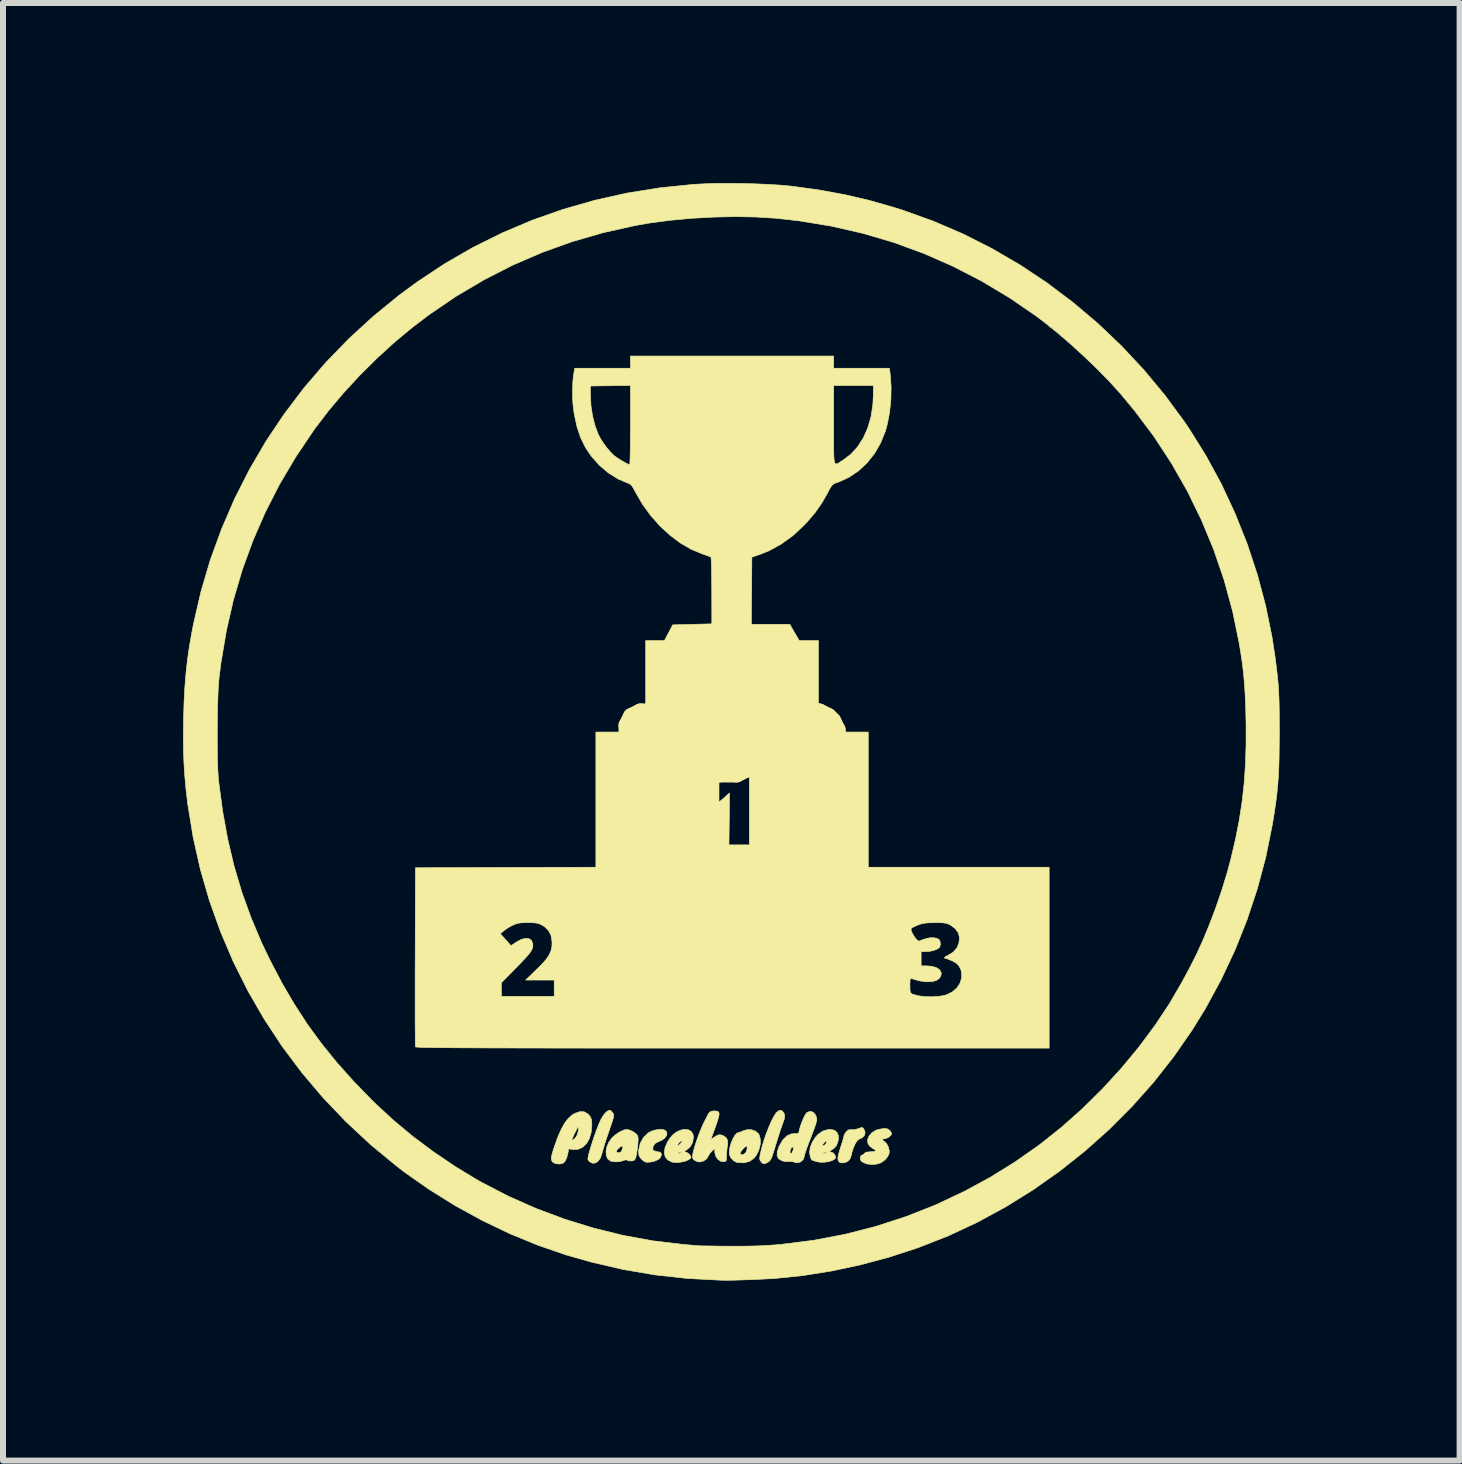
<source format=kicad_pcb>
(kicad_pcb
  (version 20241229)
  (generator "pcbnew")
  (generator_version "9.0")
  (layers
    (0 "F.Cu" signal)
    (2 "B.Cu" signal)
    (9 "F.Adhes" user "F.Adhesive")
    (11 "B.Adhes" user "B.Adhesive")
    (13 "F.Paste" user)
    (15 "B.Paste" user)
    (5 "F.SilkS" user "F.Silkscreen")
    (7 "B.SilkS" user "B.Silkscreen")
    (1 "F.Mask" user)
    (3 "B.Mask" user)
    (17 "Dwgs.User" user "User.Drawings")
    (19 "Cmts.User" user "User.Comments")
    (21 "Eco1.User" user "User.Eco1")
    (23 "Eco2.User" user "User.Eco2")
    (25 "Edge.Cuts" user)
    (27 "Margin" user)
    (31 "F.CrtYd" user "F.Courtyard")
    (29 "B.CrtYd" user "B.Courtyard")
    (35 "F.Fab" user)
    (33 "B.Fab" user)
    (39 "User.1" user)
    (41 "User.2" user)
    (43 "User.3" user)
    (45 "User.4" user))
  (footprint "epp"
    (layer "F.Cu")
    (at 9.147 9.147)
    (property "Reference" "epp" (at 0 0 0) (layer "F.SilkS") (effects (font (size 1.524 1.524) (thickness 0.3))))
    (attr through_hole)
    (fp_poly (pts (xy -2.021 6.306) (xy -1.997 6.333) (xy -1.984 6.35) (xy -1.975 6.367) (xy -1.972 6.387) (xy -1.976 6.417) (xy -1.987 6.46) (xy -2.007 6.521) (xy -2.036 6.606) (xy -2.064 6.689) (xy -2.096 6.782) (xy -2.125 6.872) (xy -2.148 6.949) (xy -2.164 7.006) (xy -2.168 7.021) (xy -2.193 7.096) (xy -2.232 7.15) (xy -2.278 7.18) (xy -2.328 7.183) (xy -2.369 7.161) (xy -2.393 7.139) (xy -2.402 7.118) (xy -2.399 7.085) (xy -2.389 7.039) (xy -2.364 6.949) (xy -2.332 6.845) (xy -2.296 6.736) (xy -2.258 6.631) (xy -2.222 6.538) (xy -2.19 6.465) (xy -2.179 6.444) (xy -2.142 6.384) (xy -2.103 6.337) (xy -2.078 6.317) (xy -2.043 6.301) (xy -2.021 6.306)) (stroke (width 0.01) (type solid)) (fill yes) (layer "F.SilkS"))
    (fp_poly (pts (xy -1.148 6.623) (xy -1.109 6.638) (xy -1.085 6.676) (xy -1.089 6.719) (xy -1.119 6.762) (xy -1.17 6.801) (xy -1.224 6.823) (xy -1.284 6.855) (xy -1.315 6.903) (xy -1.321 6.941) (xy -1.316 6.964) (xy -1.296 6.978) (xy -1.255 6.99) (xy -1.211 6.997) (xy -1.183 7.014) (xy -1.177 7.047) (xy -1.192 7.085) (xy -1.222 7.116) (xy -1.28 7.146) (xy -1.354 7.164) (xy -1.424 7.168) (xy -1.435 7.166) (xy -1.469 7.15) (xy -1.508 7.117) (xy -1.517 7.107) (xy -1.543 7.072) (xy -1.555 7.037) (xy -1.556 6.989) (xy -1.554 6.958) (xy -1.53 6.85) (xy -1.475 6.755) (xy -1.396 6.678) (xy -1.343 6.65) (xy -1.277 6.63) (xy -1.208 6.62) (xy -1.148 6.623)) (stroke (width 0.01) (type solid)) (fill yes) (layer "F.SilkS"))
    (fp_poly (pts (xy 0.829 6.306) (xy 0.86 6.342) (xy 0.865 6.353) (xy 0.875 6.383) (xy 0.876 6.413) (xy 0.868 6.453) (xy 0.848 6.511) (xy 0.839 6.535) (xy 0.816 6.6) (xy 0.787 6.688) (xy 0.756 6.786) (xy 0.725 6.885) (xy 0.721 6.9) (xy 0.692 6.994) (xy 0.67 7.061) (xy 0.651 7.107) (xy 0.633 7.137) (xy 0.615 7.156) (xy 0.6 7.166) (xy 0.554 7.19) (xy 0.524 7.193) (xy 0.496 7.173) (xy 0.484 7.159) (xy 0.467 7.136) (xy 0.46 7.11) (xy 0.463 7.071) (xy 0.473 7.02) (xy 0.498 6.915) (xy 0.531 6.802) (xy 0.571 6.687) (xy 0.614 6.578) (xy 0.657 6.479) (xy 0.699 6.399) (xy 0.736 6.343) (xy 0.746 6.333) (xy 0.79 6.303) (xy 0.829 6.306)) (stroke (width 0.01) (type solid)) (fill yes) (layer "F.SilkS"))
    (fp_poly (pts (xy 2.189 6.604) (xy 2.195 6.612) (xy 2.217 6.666) (xy 2.208 6.716) (xy 2.17 6.758) (xy 2.119 6.781) (xy 2.087 6.806) (xy 2.054 6.855) (xy 2.023 6.922) (xy 1.999 6.996) (xy 1.99 7.04) (xy 1.965 7.111) (xy 1.935 7.146) (xy 1.884 7.172) (xy 1.831 7.179) (xy 1.787 7.165) (xy 1.781 7.159) (xy 1.767 7.135) (xy 1.763 7.1) (xy 1.771 7.048) (xy 1.791 6.974) (xy 1.812 6.909) (xy 1.834 6.84) (xy 1.851 6.782) (xy 1.861 6.743) (xy 1.863 6.733) (xy 1.872 6.705) (xy 1.896 6.667) (xy 1.899 6.664) (xy 1.933 6.631) (xy 1.971 6.624) (xy 1.987 6.625) (xy 2.036 6.624) (xy 2.093 6.611) (xy 2.105 6.607) (xy 2.148 6.591) (xy 2.172 6.59) (xy 2.189 6.604)) (stroke (width 0.01) (type solid)) (fill yes) (layer "F.SilkS"))
    (fp_poly (pts (xy 0.323 6.626) (xy 0.389 6.649) (xy 0.439 6.69) (xy 0.449 6.707) (xy 0.471 6.782) (xy 0.47 6.871) (xy 0.447 6.962) (xy 0.406 7.047) (xy 0.365 7.1) (xy 0.29 7.153) (xy 0.2 7.177) (xy 0.098 7.172) (xy 0.076 7.168) (xy 0.023 7.14) (xy -0.021 7.091) (xy -0.043 7.042) (xy -0.044 7.018) (xy 0.135 7.018) (xy 0.147 7.04) (xy 0.174 7.043) (xy 0.207 7.027) (xy 0.23 7.003) (xy 0.248 6.959) (xy 0.251 6.922) (xy 0.246 6.9) (xy 0.236 6.896) (xy 0.214 6.914) (xy 0.19 6.937) (xy 0.157 6.975) (xy 0.138 7.008) (xy 0.135 7.018) (xy -0.044 7.018) (xy -0.046 6.985) (xy -0.035 6.916) (xy -0.014 6.843) (xy 0.015 6.775) (xy 0.048 6.718) (xy 0.082 6.682) (xy 0.108 6.672) (xy 0.139 6.664) (xy 0.18 6.646) (xy 0.25 6.625) (xy 0.323 6.626)) (stroke (width 0.01) (type solid)) (fill yes) (layer "F.SilkS"))
    (fp_poly (pts (xy -1.705 6.632) (xy -1.648 6.659) (xy -1.599 6.694) (xy -1.581 6.715) (xy -1.57 6.738) (xy -1.565 6.769) (xy -1.566 6.816) (xy -1.572 6.886) (xy -1.575 6.911) (xy -1.587 7.005) (xy -1.599 7.07) (xy -1.613 7.111) (xy -1.631 7.134) (xy -1.656 7.144) (xy -1.684 7.146) (xy -1.726 7.142) (xy -1.751 7.132) (xy -1.752 7.13) (xy -1.772 7.126) (xy -1.808 7.138) (xy -1.867 7.156) (xy -1.939 7.161) (xy -2.007 7.152) (xy -2.027 7.146) (xy -2.071 7.111) (xy -2.095 7.057) (xy -2.1 6.988) (xy -2.1 6.987) (xy -1.928 6.987) (xy -1.915 7.006) (xy -1.891 7.01) (xy -1.857 7.001) (xy -1.835 6.968) (xy -1.83 6.957) (xy -1.819 6.912) (xy -1.826 6.895) (xy -1.853 6.905) (xy -1.876 6.92) (xy -1.914 6.957) (xy -1.928 6.987) (xy -2.1 6.987) (xy -2.086 6.912) (xy -2.054 6.836) (xy -2.004 6.765) (xy -1.994 6.754) (xy -1.934 6.703) (xy -1.866 6.659) (xy -1.801 6.63) (xy -1.755 6.621) (xy -1.705 6.632)) (stroke (width 0.01) (type solid)) (fill yes) (layer "F.SilkS"))
    (fp_poly (pts (xy 2.589 6.611) (xy 2.631 6.64) (xy 2.632 6.642) (xy 2.652 6.674) (xy 2.659 6.692) (xy 2.645 6.72) (xy 2.611 6.749) (xy 2.571 6.769) (xy 2.548 6.773) (xy 2.514 6.781) (xy 2.509 6.799) (xy 2.537 6.823) (xy 2.538 6.823) (xy 2.575 6.858) (xy 2.604 6.914) (xy 2.619 6.976) (xy 2.618 7.018) (xy 2.593 7.074) (xy 2.546 7.129) (xy 2.486 7.173) (xy 2.481 7.176) (xy 2.412 7.198) (xy 2.329 7.205) (xy 2.251 7.196) (xy 2.228 7.189) (xy 2.183 7.169) (xy 2.153 7.148) (xy 2.148 7.143) (xy 2.134 7.101) (xy 2.144 7.065) (xy 2.166 7.049) (xy 2.198 7.031) (xy 2.208 7.017) (xy 2.232 7) (xy 2.287 6.994) (xy 2.301 6.993) (xy 2.362 6.99) (xy 2.39 6.979) (xy 2.386 6.962) (xy 2.348 6.939) (xy 2.344 6.937) (xy 2.289 6.896) (xy 2.261 6.844) (xy 2.26 6.786) (xy 2.283 6.729) (xy 2.328 6.677) (xy 2.394 6.636) (xy 2.435 6.622) (xy 2.524 6.605) (xy 2.589 6.611)) (stroke (width 0.01) (type solid)) (fill yes) (layer "F.SilkS"))
    (fp_poly (pts (xy -2.464 6.327) (xy -2.403 6.362) (xy -2.38 6.386) (xy -2.356 6.42) (xy -2.343 6.456) (xy -2.337 6.507) (xy -2.337 6.551) (xy -2.348 6.672) (xy -2.379 6.776) (xy -2.427 6.859) (xy -2.491 6.918) (xy -2.567 6.951) (xy -2.652 6.954) (xy -2.723 6.944) (xy -2.735 7.015) (xy -2.755 7.093) (xy -2.783 7.152) (xy -2.816 7.184) (xy -2.82 7.186) (xy -2.876 7.197) (xy -2.934 7.192) (xy -2.979 7.172) (xy -2.986 7.166) (xy -3.003 7.143) (xy -3.011 7.116) (xy -3.009 7.079) (xy -2.997 7.026) (xy -2.975 6.951) (xy -2.956 6.896) (xy -2.918 6.789) (xy -2.668 6.789) (xy -2.666 6.801) (xy -2.648 6.793) (xy -2.641 6.79) (xy -2.61 6.761) (xy -2.583 6.718) (xy -2.581 6.713) (xy -2.565 6.66) (xy -2.558 6.611) (xy -2.558 6.609) (xy -2.559 6.582) (xy -2.565 6.579) (xy -2.58 6.603) (xy -2.594 6.629) (xy -2.623 6.686) (xy -2.649 6.742) (xy -2.653 6.753) (xy -2.668 6.789) (xy -2.918 6.789) (xy -2.899 6.738) (xy -2.843 6.612) (xy -2.787 6.512) (xy -2.728 6.436) (xy -2.664 6.38) (xy -2.617 6.352) (xy -2.535 6.324) (xy -2.464 6.327)) (stroke (width 0.01) (type solid)) (fill yes) (layer "F.SilkS"))
    (fp_poly (pts (xy -0.727 6.627) (xy -0.68 6.654) (xy -0.651 6.702) (xy -0.643 6.752) (xy -0.657 6.835) (xy -0.695 6.907) (xy -0.752 6.958) (xy -0.762 6.964) (xy -0.796 6.983) (xy -0.8 6.992) (xy -0.786 6.993) (xy -0.753 7.004) (xy -0.718 7.03) (xy -0.692 7.061) (xy -0.683 7.088) (xy -0.685 7.094) (xy -0.72 7.123) (xy -0.777 7.148) (xy -0.848 7.165) (xy -0.921 7.172) (xy -0.987 7.167) (xy -1.005 7.163) (xy -1.074 7.127) (xy -1.115 7.074) (xy -1.125 7.023) (xy -0.911 7.023) (xy -0.898 7.025) (xy -0.867 7.015) (xy -0.855 7.01) (xy -0.836 6.999) (xy -0.847 6.995) (xy -0.883 7.003) (xy -0.897 7.01) (xy -0.911 7.023) (xy -1.125 7.023) (xy -1.129 7.004) (xy -1.116 6.921) (xy -1.1 6.885) (xy -0.911 6.885) (xy -0.906 6.891) (xy -0.899 6.889) (xy -0.872 6.87) (xy -0.848 6.842) (xy -0.833 6.814) (xy -0.838 6.808) (xy -0.846 6.81) (xy -0.872 6.829) (xy -0.896 6.857) (xy -0.911 6.885) (xy -1.1 6.885) (xy -1.075 6.828) (xy -1.045 6.78) (xy -0.988 6.711) (xy -0.922 6.662) (xy -0.853 6.631) (xy -0.786 6.619) (xy -0.727 6.627)) (stroke (width 0.01) (type solid)) (fill yes) (layer "F.SilkS"))
    (fp_poly (pts (xy -0.259 6.315) (xy -0.254 6.316) (xy -0.231 6.325) (xy -0.218 6.343) (xy -0.216 6.373) (xy -0.226 6.421) (xy -0.247 6.49) (xy -0.28 6.585) (xy -0.285 6.599) (xy -0.354 6.788) (xy -0.293 6.747) (xy -0.242 6.717) (xy -0.203 6.708) (xy -0.161 6.719) (xy -0.136 6.731) (xy -0.093 6.764) (xy -0.073 6.81) (xy -0.075 6.877) (xy -0.078 6.897) (xy -0.086 6.957) (xy -0.091 7.029) (xy -0.092 7.061) (xy -0.094 7.115) (xy -0.1 7.143) (xy -0.116 7.155) (xy -0.14 7.16) (xy -0.192 7.15) (xy -0.239 7.115) (xy -0.274 7.063) (xy -0.288 7.003) (xy -0.288 7) (xy -0.288 6.936) (xy -0.339 6.986) (xy -0.375 7.026) (xy -0.398 7.066) (xy -0.401 7.074) (xy -0.425 7.112) (xy -0.472 7.144) (xy -0.527 7.161) (xy -0.546 7.163) (xy -0.589 7.153) (xy -0.625 7.135) (xy -0.65 7.112) (xy -0.658 7.082) (xy -0.655 7.037) (xy -0.641 6.973) (xy -0.616 6.886) (xy -0.583 6.787) (xy -0.546 6.685) (xy -0.506 6.588) (xy -0.469 6.506) (xy -0.465 6.498) (xy -0.434 6.438) (xy -0.408 6.387) (xy -0.392 6.355) (xy -0.39 6.351) (xy -0.361 6.325) (xy -0.313 6.312) (xy -0.259 6.315)) (stroke (width 0.01) (type solid)) (fill yes) (layer "F.SilkS"))
    (fp_poly (pts (xy 1.349 6.333) (xy 1.388 6.376) (xy 1.397 6.395) (xy 1.405 6.416) (xy 1.41 6.436) (xy 1.411 6.46) (xy 1.406 6.49) (xy 1.394 6.533) (xy 1.374 6.591) (xy 1.345 6.67) (xy 1.306 6.773) (xy 1.272 6.861) (xy 1.244 6.936) (xy 1.221 7.002) (xy 1.207 7.051) (xy 1.202 7.074) (xy 1.187 7.12) (xy 1.15 7.156) (xy 1.101 7.175) (xy 1.051 7.173) (xy 1.033 7.164) (xy 1 7.155) (xy 0.953 7.156) (xy 0.947 7.156) (xy 0.877 7.155) (xy 0.826 7.14) (xy 0.775 7.108) (xy 0.751 7.061) (xy 0.753 6.998) (xy 0.756 6.987) (xy 0.966 6.987) (xy 0.968 7.016) (xy 0.98 7.027) (xy 0.996 7.013) (xy 1.013 6.978) (xy 1.014 6.974) (xy 1.026 6.928) (xy 1.02 6.911) (xy 0.996 6.922) (xy 0.991 6.925) (xy 0.974 6.952) (xy 0.966 6.987) (xy 0.756 6.987) (xy 0.779 6.915) (xy 0.793 6.885) (xy 0.849 6.791) (xy 0.915 6.727) (xy 0.988 6.695) (xy 1.044 6.691) (xy 1.088 6.692) (xy 1.108 6.681) (xy 1.114 6.663) (xy 1.128 6.603) (xy 1.15 6.533) (xy 1.178 6.462) (xy 1.206 6.4) (xy 1.233 6.355) (xy 1.248 6.338) (xy 1.301 6.319) (xy 1.349 6.333)) (stroke (width 0.01) (type solid)) (fill yes) (layer "F.SilkS"))
    (fp_poly (pts (xy 1.706 6.634) (xy 1.75 6.672) (xy 1.772 6.728) (xy 1.77 6.799) (xy 1.744 6.88) (xy 1.742 6.884) (xy 1.711 6.923) (xy 1.666 6.958) (xy 1.66 6.962) (xy 1.626 6.982) (xy 1.621 6.992) (xy 1.636 6.993) (xy 1.678 7.008) (xy 1.713 7.043) (xy 1.727 7.085) (xy 1.712 7.113) (xy 1.67 7.138) (xy 1.612 7.156) (xy 1.543 7.167) (xy 1.474 7.168) (xy 1.411 7.158) (xy 1.397 7.154) (xy 1.355 7.139) (xy 1.33 7.13) (xy 1.327 7.129) (xy 1.32 7.115) (xy 1.305 7.082) (xy 1.304 7.078) (xy 1.294 7.023) (xy 1.511 7.023) (xy 1.523 7.025) (xy 1.555 7.015) (xy 1.566 7.01) (xy 1.585 6.999) (xy 1.575 6.995) (xy 1.539 7.003) (xy 1.524 7.01) (xy 1.511 7.023) (xy 1.294 7.023) (xy 1.291 7.006) (xy 1.302 6.922) (xy 1.316 6.886) (xy 1.508 6.886) (xy 1.521 6.892) (xy 1.543 6.881) (xy 1.554 6.872) (xy 1.573 6.84) (xy 1.575 6.827) (xy 1.57 6.813) (xy 1.551 6.824) (xy 1.541 6.833) (xy 1.514 6.864) (xy 1.508 6.886) (xy 1.316 6.886) (xy 1.336 6.834) (xy 1.389 6.751) (xy 1.434 6.702) (xy 1.512 6.648) (xy 1.602 6.623) (xy 1.642 6.621) (xy 1.706 6.634)) (stroke (width 0.01) (type solid)) (fill yes) (layer "F.SilkS"))
    (fp_poly (pts (xy 0.176 -9.139) (xy 0.388 -9.134) (xy 0.594 -9.125) (xy 0.783 -9.114) (xy 0.949 -9.099) (xy 0.991 -9.095) (xy 1.438 -9.034) (xy 1.867 -8.956) (xy 2.288 -8.858) (xy 2.714 -8.736) (xy 2.853 -8.692) (xy 3.356 -8.511) (xy 3.849 -8.299) (xy 4.329 -8.056) (xy 4.795 -7.785) (xy 5.245 -7.486) (xy 5.678 -7.16) (xy 6.093 -6.809) (xy 6.488 -6.433) (xy 6.86 -6.035) (xy 7.209 -5.615) (xy 7.533 -5.175) (xy 7.615 -5.055) (xy 7.898 -4.601) (xy 8.154 -4.129) (xy 8.382 -3.639) (xy 8.582 -3.137) (xy 8.752 -2.623) (xy 8.891 -2.101) (xy 8.998 -1.575) (xy 9.049 -1.236) (xy 9.067 -1.098) (xy 9.081 -0.977) (xy 9.093 -0.865) (xy 9.102 -0.758) (xy 9.108 -0.649) (xy 9.113 -0.533) (xy 9.116 -0.404) (xy 9.117 -0.256) (xy 9.118 -0.083) (xy 9.118 0.025) (xy 9.116 0.243) (xy 9.114 0.432) (xy 9.109 0.601) (xy 9.101 0.754) (xy 9.09 0.899) (xy 9.076 1.042) (xy 9.057 1.188) (xy 9.034 1.345) (xy 9.006 1.518) (xy 9.001 1.545) (xy 8.894 2.078) (xy 8.753 2.606) (xy 8.581 3.126) (xy 8.378 3.635) (xy 8.145 4.131) (xy 7.884 4.611) (xy 7.664 4.967) (xy 7.358 5.408) (xy 7.025 5.832) (xy 6.667 6.235) (xy 6.285 6.618) (xy 5.882 6.978) (xy 5.459 7.314) (xy 5.018 7.625) (xy 4.562 7.909) (xy 4.091 8.165) (xy 3.609 8.391) (xy 3.115 8.585) (xy 3.082 8.597) (xy 2.612 8.75) (xy 2.134 8.878) (xy 1.654 8.98) (xy 1.177 9.056) (xy 0.708 9.104) (xy 0.417 9.119) (xy 0.317 9.123) (xy 0.221 9.126) (xy 0.136 9.129) (xy 0.073 9.131) (xy 0.059 9.132) (xy -0.006 9.133) (xy -0.089 9.134) (xy -0.177 9.133) (xy -0.203 9.132) (xy -0.75 9.103) (xy -1.286 9.044) (xy -1.818 8.953) (xy -2.348 8.83) (xy -2.766 8.711) (xy -3.234 8.55) (xy -3.702 8.358) (xy -4.163 8.137) (xy -4.614 7.89) (xy -5.049 7.619) (xy -5.463 7.328) (xy -5.588 7.232) (xy -6.022 6.874) (xy -6.43 6.494) (xy -6.812 6.094) (xy -7.168 5.674) (xy -7.496 5.236) (xy -7.796 4.781) (xy -8.068 4.309) (xy -8.311 3.823) (xy -8.524 3.322) (xy -8.708 2.808) (xy -8.86 2.282) (xy -8.98 1.746) (xy -9.069 1.199) (xy -9.075 1.151) (xy -9.1 0.933) (xy -9.119 0.724) (xy -9.132 0.517) (xy -9.14 0.302) (xy -9.142 0.072) (xy -9.141 -0.031) (xy -8.577 -0.031) (xy -8.577 0.149) (xy -8.576 0.322) (xy -8.573 0.483) (xy -8.568 0.626) (xy -8.561 0.746) (xy -8.554 0.821) (xy -8.489 1.313) (xy -8.404 1.781) (xy -8.298 2.23) (xy -8.169 2.665) (xy -8.015 3.091) (xy -7.837 3.513) (xy -7.695 3.808) (xy -7.498 4.184) (xy -7.292 4.536) (xy -7.074 4.871) (xy -6.839 5.193) (xy -6.584 5.507) (xy -6.306 5.819) (xy -6 6.134) (xy -5.921 6.211) (xy -5.629 6.479) (xy -5.311 6.743) (xy -4.972 6.996) (xy -4.621 7.234) (xy -4.264 7.451) (xy -4.176 7.501) (xy -3.73 7.732) (xy -3.267 7.937) (xy -2.791 8.115) (xy -2.305 8.265) (xy -1.815 8.386) (xy -1.324 8.476) (xy -0.847 8.533) (xy -0.761 8.541) (xy -0.682 8.548) (xy -0.621 8.554) (xy -0.584 8.557) (xy -0.584 8.557) (xy -0.555 8.559) (xy -0.496 8.561) (xy -0.413 8.562) (xy -0.31 8.563) (xy -0.193 8.565) (xy -0.065 8.566) (xy -0.033 8.566) (xy 0.153 8.566) (xy 0.312 8.564) (xy 0.455 8.56) (xy 0.588 8.553) (xy 0.72 8.544) (xy 0.822 8.535) (xy 1.356 8.468) (xy 1.881 8.368) (xy 2.396 8.236) (xy 2.901 8.072) (xy 3.395 7.877) (xy 3.873 7.651) (xy 4.299 7.42) (xy 4.703 7.17) (xy 5.095 6.896) (xy 5.139 6.863) (xy 5.492 6.582) (xy 5.835 6.277) (xy 6.166 5.951) (xy 6.48 5.608) (xy 6.774 5.254) (xy 7.045 4.89) (xy 7.289 4.523) (xy 7.496 4.166) (xy 7.539 4.087) (xy 7.585 4.001) (xy 7.626 3.925) (xy 7.627 3.923) (xy 7.738 3.704) (xy 7.85 3.458) (xy 7.959 3.192) (xy 8.064 2.915) (xy 8.16 2.633) (xy 8.246 2.353) (xy 8.314 2.101) (xy 8.39 1.776) (xy 8.451 1.464) (xy 8.498 1.159) (xy 8.532 0.853) (xy 8.554 0.539) (xy 8.564 0.208) (xy 8.564 -0.147) (xy 8.563 -0.18) (xy 8.558 -0.412) (xy 8.549 -0.618) (xy 8.537 -0.806) (xy 8.521 -0.984) (xy 8.5 -1.159) (xy 8.473 -1.339) (xy 8.449 -1.482) (xy 8.34 -2.012) (xy 8.199 -2.53) (xy 8.026 -3.037) (xy 7.822 -3.53) (xy 7.588 -4.01) (xy 7.324 -4.474) (xy 7.031 -4.922) (xy 6.708 -5.353) (xy 6.471 -5.639) (xy 6.291 -5.837) (xy 6.09 -6.043) (xy 5.874 -6.251) (xy 5.651 -6.455) (xy 5.427 -6.648) (xy 5.21 -6.823) (xy 5.072 -6.928) (xy 4.623 -7.236) (xy 4.16 -7.513) (xy 3.684 -7.759) (xy 3.195 -7.974) (xy 2.693 -8.158) (xy 2.18 -8.309) (xy 1.656 -8.429) (xy 1.121 -8.517) (xy 0.741 -8.56) (xy 0.41 -8.581) (xy 0.057 -8.588) (xy -0.307 -8.58) (xy -0.674 -8.56) (xy -1.036 -8.526) (xy -1.382 -8.48) (xy -1.617 -8.439) (xy -2.149 -8.32) (xy -2.667 -8.17) (xy -3.17 -7.989) (xy -3.66 -7.777) (xy -4.135 -7.534) (xy -4.597 -7.261) (xy -5.044 -6.957) (xy -5.317 -6.75) (xy -5.617 -6.502) (xy -5.914 -6.231) (xy -6.203 -5.944) (xy -6.477 -5.647) (xy -6.73 -5.346) (xy -6.957 -5.048) (xy -6.97 -5.029) (xy -7.272 -4.58) (xy -7.541 -4.125) (xy -7.778 -3.661) (xy -7.984 -3.187) (xy -8.161 -2.702) (xy -8.308 -2.202) (xy -8.426 -1.686) (xy -8.516 -1.152) (xy -8.545 -0.923) (xy -8.554 -0.825) (xy -8.562 -0.699) (xy -8.568 -0.551) (xy -8.573 -0.386) (xy -8.576 -0.211) (xy -8.577 -0.031) (xy -9.141 -0.031) (xy -9.139 -0.183) (xy -9.139 -0.203) (xy -9.131 -0.482) (xy -9.118 -0.735) (xy -9.099 -0.972) (xy -9.074 -1.201) (xy -9.041 -1.431) (xy -8.999 -1.669) (xy -8.974 -1.797) (xy -8.849 -2.338) (xy -8.693 -2.868) (xy -8.505 -3.384) (xy -8.288 -3.886) (xy -8.041 -4.373) (xy -7.766 -4.844) (xy -7.462 -5.298) (xy -7.131 -5.735) (xy -6.773 -6.152) (xy -6.389 -6.549) (xy -5.979 -6.925) (xy -5.544 -7.28) (xy -5.241 -7.503) (xy -4.787 -7.803) (xy -4.317 -8.075) (xy -3.83 -8.316) (xy -3.33 -8.528) (xy -2.815 -8.709) (xy -2.288 -8.86) (xy -1.75 -8.98) (xy -1.201 -9.068) (xy -0.642 -9.125) (xy -0.593 -9.128) (xy -0.429 -9.136) (xy -0.241 -9.141) (xy -0.037 -9.142) (xy 0.176 -9.139)) (stroke (width 0.01) (type solid)) (fill yes) (layer "F.SilkS"))
    (fp_poly (pts (xy 1.693 -6.062) (xy 2.622 -6.062) (xy 2.636 -5.948) (xy 2.65 -5.75) (xy 2.646 -5.541) (xy 2.625 -5.332) (xy 2.588 -5.135) (xy 2.554 -5.012) (xy 2.476 -4.819) (xy 2.374 -4.642) (xy 2.25 -4.486) (xy 2.108 -4.353) (xy 1.95 -4.246) (xy 1.778 -4.167) (xy 1.753 -4.159) (xy 1.713 -4.145) (xy 1.684 -4.128) (xy 1.659 -4.103) (xy 1.633 -4.063) (xy 1.599 -4) (xy 1.592 -3.985) (xy 1.495 -3.815) (xy 1.386 -3.66) (xy 1.258 -3.508) (xy 1.196 -3.442) (xy 1.011 -3.271) (xy 0.814 -3.129) (xy 0.608 -3.017) (xy 0.454 -2.956) (xy 0.33 -2.914) (xy 0.321 -1.795) (xy 0.962 -1.795) (xy 1.04 -1.659) (xy 1.119 -1.524) (xy 1.439 -1.524) (xy 1.439 -0.22) (xy 1.676 -0.22) (xy 1.676 0) (xy 2.269 0) (xy 2.269 2.252) (xy 5.283 2.252) (xy 5.283 5.266) (xy 0.008 5.266) (xy -0.511 5.266) (xy -0.997 5.266) (xy -1.45 5.266) (xy -1.873 5.266) (xy -2.266 5.266) (xy -2.629 5.265) (xy -2.965 5.265) (xy -3.273 5.264) (xy -3.555 5.264) (xy -3.811 5.263) (xy -4.044 5.263) (xy -4.252 5.262) (xy -4.439 5.261) (xy -4.603 5.26) (xy -4.747 5.259) (xy -4.872 5.258) (xy -4.978 5.256) (xy -5.066 5.255) (xy -5.137 5.254) (xy -5.192 5.252) (xy -5.233 5.25) (xy -5.26 5.248) (xy -5.273 5.246) (xy -5.275 5.245) (xy -5.277 5.225) (xy -5.278 5.174) (xy -5.278 5.094) (xy -5.279 4.988) (xy -5.28 4.857) (xy -5.28 4.705) (xy -5.28 4.534) (xy -5.28 4.346) (xy -5.28 4.145) (xy -5.28 3.931) (xy -5.279 3.742) (xy -5.278 3.361) (xy -3.861 3.361) (xy -3.772 3.46) (xy -3.683 3.559) (xy -3.592 3.498) (xy -3.512 3.455) (xy -3.441 3.437) (xy -3.383 3.443) (xy -3.341 3.472) (xy -3.321 3.525) (xy -3.319 3.55) (xy -3.321 3.582) (xy -3.33 3.613) (xy -3.349 3.648) (xy -3.379 3.691) (xy -3.424 3.744) (xy -3.487 3.812) (xy -3.57 3.898) (xy -3.618 3.947) (xy -3.844 4.177) (xy -3.844 4.403) (xy -2.963 4.403) (xy -2.963 4.221) (xy 2.963 4.221) (xy 2.964 4.286) (xy 2.968 4.325) (xy 2.977 4.347) (xy 2.996 4.361) (xy 3.013 4.369) (xy 3.099 4.393) (xy 3.205 4.407) (xy 3.321 4.411) (xy 3.435 4.405) (xy 3.535 4.388) (xy 3.575 4.377) (xy 3.672 4.328) (xy 3.749 4.26) (xy 3.801 4.178) (xy 3.826 4.088) (xy 3.822 3.994) (xy 3.809 3.951) (xy 3.78 3.896) (xy 3.737 3.851) (xy 3.674 3.814) (xy 3.585 3.779) (xy 3.54 3.765) (xy 3.54 3.755) (xy 3.566 3.736) (xy 3.601 3.718) (xy 3.687 3.665) (xy 3.747 3.595) (xy 3.778 3.521) (xy 3.79 3.43) (xy 3.77 3.346) (xy 3.718 3.274) (xy 3.637 3.214) (xy 3.635 3.213) (xy 3.598 3.196) (xy 3.56 3.185) (xy 3.512 3.178) (xy 3.445 3.176) (xy 3.378 3.176) (xy 3.285 3.178) (xy 3.215 3.183) (xy 3.159 3.194) (xy 3.106 3.211) (xy 3.096 3.215) (xy 3.042 3.238) (xy 3 3.26) (xy 2.983 3.273) (xy 2.982 3.298) (xy 2.997 3.339) (xy 3.023 3.387) (xy 3.054 3.433) (xy 3.085 3.468) (xy 3.11 3.483) (xy 3.115 3.482) (xy 3.146 3.471) (xy 3.194 3.454) (xy 3.217 3.446) (xy 3.29 3.428) (xy 3.363 3.427) (xy 3.423 3.441) (xy 3.447 3.455) (xy 3.465 3.489) (xy 3.471 3.536) (xy 3.461 3.58) (xy 3.458 3.585) (xy 3.425 3.612) (xy 3.37 3.635) (xy 3.302 3.652) (xy 3.235 3.658) (xy 3.15 3.658) (xy 3.15 3.895) (xy 3.23 3.895) (xy 3.324 3.902) (xy 3.4 3.923) (xy 3.452 3.955) (xy 3.462 3.967) (xy 3.486 4.017) (xy 3.478 4.065) (xy 3.45 4.106) (xy 3.4 4.14) (xy 3.326 4.158) (xy 3.234 4.161) (xy 3.131 4.147) (xy 3.023 4.117) (xy 2.993 4.106) (xy 2.978 4.103) (xy 2.969 4.114) (xy 2.965 4.145) (xy 2.963 4.202) (xy 2.963 4.221) (xy -2.963 4.221) (xy -2.963 4.132) (xy -3.44 4.132) (xy -3.265 3.964) (xy -3.168 3.868) (xy -3.096 3.786) (xy -3.047 3.712) (xy -3.016 3.643) (xy -3.001 3.571) (xy -3 3.493) (xy -3 3.488) (xy -3.017 3.385) (xy -3.059 3.305) (xy -3.127 3.24) (xy -3.172 3.213) (xy -3.213 3.194) (xy -3.257 3.183) (xy -3.313 3.177) (xy -3.392 3.175) (xy -3.404 3.175) (xy -3.485 3.176) (xy -3.545 3.182) (xy -3.593 3.193) (xy -3.641 3.212) (xy -3.658 3.22) (xy -3.72 3.253) (xy -3.778 3.291) (xy -3.806 3.313) (xy -3.861 3.361) (xy -5.278 3.361) (xy -5.275 2.261) (xy -3.772 2.256) (xy -2.269 2.252) (xy -2.269 0.991) (xy -0.421 0.991) (xy -0.414 1.006) (xy -0.391 1.041) (xy -0.356 1.088) (xy -0.347 1.099) (xy -0.267 1.201) (xy -0.222 1.169) (xy -0.183 1.138) (xy -0.134 1.097) (xy -0.112 1.077) (xy -0.075 1.043) (xy -0.05 1.021) (xy -0.044 1.016) (xy -0.044 1.032) (xy -0.044 1.078) (xy -0.044 1.148) (xy -0.045 1.239) (xy -0.046 1.346) (xy -0.047 1.448) (xy -0.052 1.88) (xy 0.288 1.88) (xy 0.288 0.66) (xy -0.011 0.66) (xy -0.213 0.823) (xy -0.283 0.88) (xy -0.344 0.929) (xy -0.39 0.966) (xy -0.416 0.988) (xy -0.421 0.991) (xy -2.269 0.991) (xy -2.269 0) (xy -1.676 0) (xy -1.676 -0.22) (xy -1.439 -0.22) (xy -1.439 -1.524) (xy -1.283 -1.524) (xy -1.126 -1.525) (xy -0.989 -1.786) (xy -0.337 -1.803) (xy -0.338 -2.353) (xy -0.339 -2.487) (xy -0.34 -2.609) (xy -0.342 -2.716) (xy -0.344 -2.804) (xy -0.347 -2.869) (xy -0.35 -2.907) (xy -0.352 -2.914) (xy -0.373 -2.924) (xy -0.417 -2.941) (xy -0.478 -2.962) (xy -0.503 -2.971) (xy -0.683 -3.046) (xy -0.863 -3.151) (xy -1.038 -3.283) (xy -1.204 -3.437) (xy -1.357 -3.609) (xy -1.493 -3.797) (xy -1.609 -3.997) (xy -1.614 -4.007) (xy -1.648 -4.07) (xy -1.675 -4.11) (xy -1.702 -4.133) (xy -1.735 -4.148) (xy -1.739 -4.149) (xy -1.901 -4.218) (xy -2.059 -4.317) (xy -2.208 -4.443) (xy -2.217 -4.453) (xy -2.342 -4.592) (xy -2.442 -4.74) (xy -2.522 -4.903) (xy -2.583 -5.084) (xy -2.628 -5.29) (xy -2.641 -5.376) (xy -2.652 -5.479) (xy -2.657 -5.597) (xy -2.657 -5.72) (xy -2.655 -5.766) (xy -2.362 -5.766) (xy -2.36 -5.604) (xy -2.35 -5.43) (xy -2.323 -5.259) (xy -2.282 -5.1) (xy -2.229 -4.96) (xy -2.196 -4.896) (xy -2.146 -4.817) (xy -2.086 -4.736) (xy -2.024 -4.664) (xy -1.968 -4.608) (xy -1.954 -4.597) (xy -1.91 -4.566) (xy -1.854 -4.531) (xy -1.797 -4.498) (xy -1.748 -4.471) (xy -1.714 -4.456) (xy -1.706 -4.454) (xy -1.703 -4.47) (xy -1.701 -4.517) (xy -1.698 -4.59) (xy -1.696 -4.686) (xy -1.695 -4.801) (xy -1.695 -4.802) (xy 1.693 -4.802) (xy 1.693 -4.69) (xy 1.695 -4.605) (xy 1.699 -4.543) (xy 1.706 -4.501) (xy 1.716 -4.476) (xy 1.73 -4.467) (xy 1.749 -4.47) (xy 1.774 -4.482) (xy 1.804 -4.502) (xy 1.842 -4.526) (xy 1.843 -4.526) (xy 1.975 -4.625) (xy 2.09 -4.75) (xy 2.186 -4.899) (xy 2.262 -5.069) (xy 2.316 -5.257) (xy 2.346 -5.459) (xy 2.354 -5.618) (xy 2.354 -5.774) (xy 1.693 -5.774) (xy 1.693 -5.112) (xy 1.693 -4.941) (xy 1.693 -4.802) (xy -1.695 -4.802) (xy -1.694 -4.932) (xy -1.693 -5.076) (xy -1.693 -5.114) (xy -1.693 -5.775) (xy -2.028 -5.77) (xy -2.362 -5.766) (xy -2.655 -5.766) (xy -2.653 -5.836) (xy -2.643 -5.933) (xy -2.64 -5.955) (xy -2.621 -6.062) (xy -1.693 -6.062) (xy -1.693 -6.265) (xy 1.693 -6.265) (xy 1.693 -6.062)) (stroke (width 0.01) (type solid)) (fill yes) (layer "F.SilkS")))
  (gr_rect
    (start -3 -3)
    (end 21.269 21.285)
    (stroke (width 0.1) (type default))
    (fill no)
    (layer "Edge.Cuts")))
</source>
